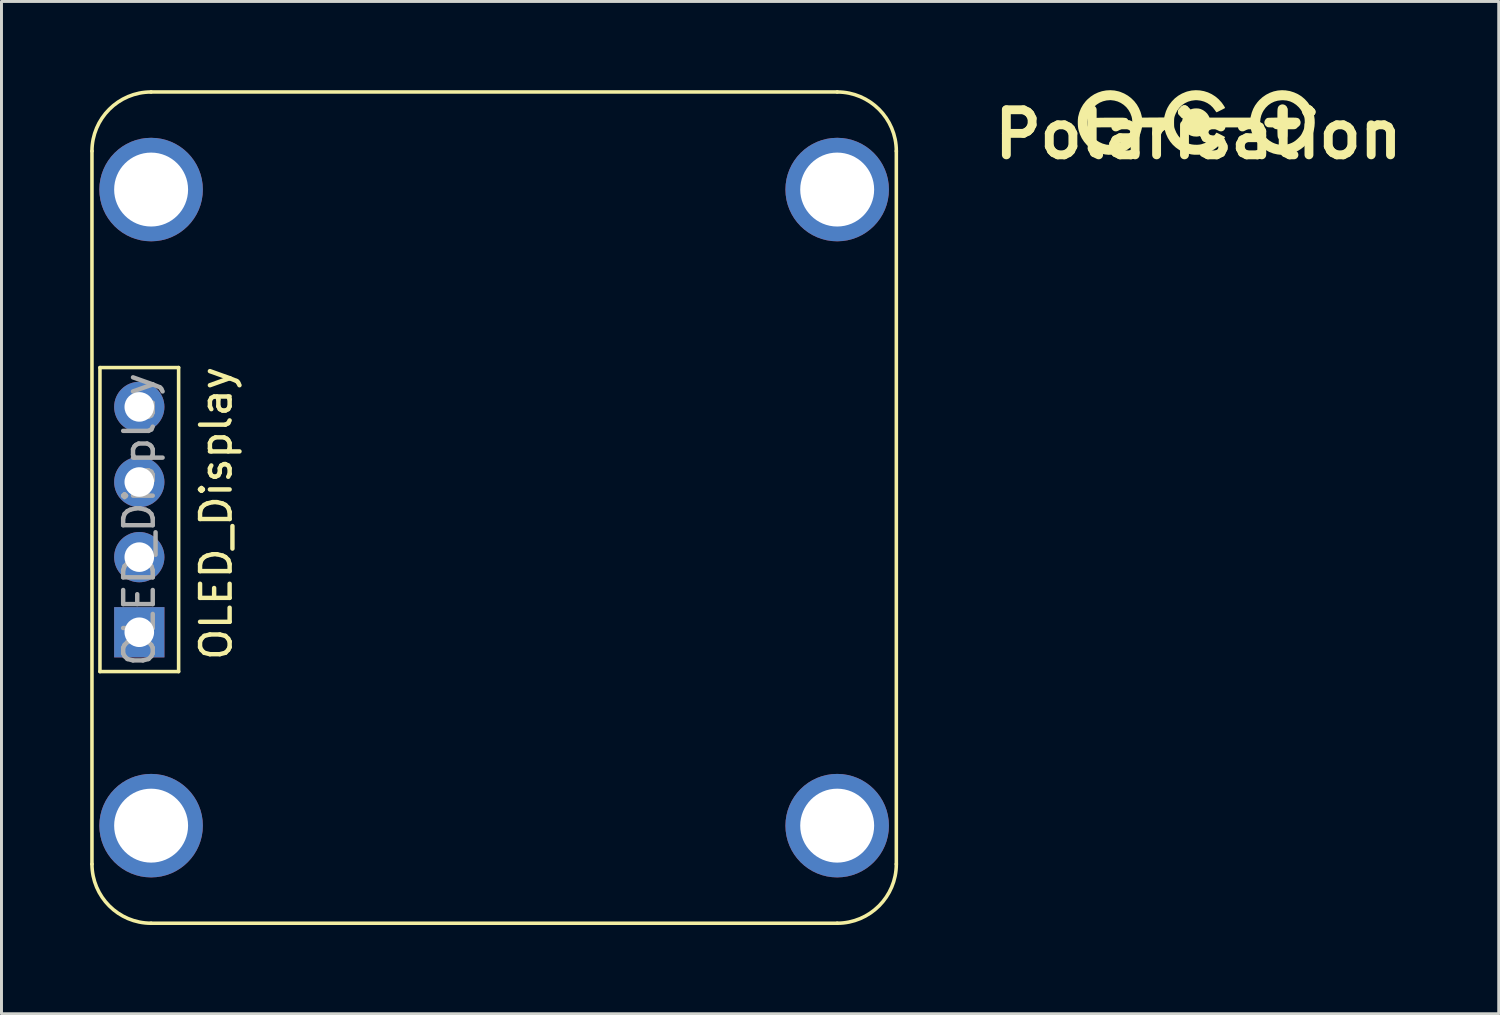
<source format=kicad_pcb>
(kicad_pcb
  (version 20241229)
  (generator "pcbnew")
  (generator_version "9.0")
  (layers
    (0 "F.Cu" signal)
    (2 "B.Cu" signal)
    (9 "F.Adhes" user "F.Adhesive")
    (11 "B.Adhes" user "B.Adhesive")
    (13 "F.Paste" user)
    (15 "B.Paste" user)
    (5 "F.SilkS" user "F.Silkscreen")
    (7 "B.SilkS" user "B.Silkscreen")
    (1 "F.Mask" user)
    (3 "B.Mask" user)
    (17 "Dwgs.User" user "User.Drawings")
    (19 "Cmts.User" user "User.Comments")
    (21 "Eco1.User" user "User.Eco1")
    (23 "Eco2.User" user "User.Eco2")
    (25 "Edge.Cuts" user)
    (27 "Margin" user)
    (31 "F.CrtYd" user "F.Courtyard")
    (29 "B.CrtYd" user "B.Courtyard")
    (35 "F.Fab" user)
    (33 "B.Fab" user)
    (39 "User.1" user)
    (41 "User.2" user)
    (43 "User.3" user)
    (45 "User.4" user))
  (footprint "Polarisation"
    (layer "F.Cu")
    (at 37.476 1.497)
    (property "Reference" "Polarisation" (at 0 0 0) (layer "F.SilkS") (effects (font (size 1.524 1.524) (thickness 0.3))))
    (attr board_only exclude_from_pos_files exclude_from_bom)
    (fp_poly (pts (xy -2.677 -0.569) (xy -2.608 -0.568) (xy -2.553 -0.567) (xy -2.509 -0.564) (xy -2.475 -0.56) (xy -2.45 -0.555) (xy -2.43 -0.548) (xy -2.416 -0.54) (xy -2.405 -0.529) (xy -2.395 -0.517) (xy -2.385 -0.502) (xy -2.384 -0.5) (xy -2.36 -0.448) (xy -2.354 -0.393) (xy -2.365 -0.342) (xy -2.393 -0.296) (xy -2.418 -0.272) (xy -2.453 -0.245) (xy -3.466 -0.239) (xy -3.5 -0.262) (xy -3.544 -0.303) (xy -3.571 -0.35) (xy -3.581 -0.401) (xy -3.574 -0.453) (xy -3.55 -0.501) (xy -3.508 -0.543) (xy -3.507 -0.544) (xy -3.5 -0.549) (xy -3.492 -0.553) (xy -3.481 -0.556) (xy -3.466 -0.559) (xy -3.445 -0.561) (xy -3.415 -0.563) (xy -3.376 -0.564) (xy -3.326 -0.565) (xy -3.262 -0.566) (xy -3.184 -0.567) (xy -3.089 -0.567) (xy -2.979 -0.568) (xy -2.86 -0.568) (xy -2.76 -0.569)) (stroke (width 0) (type solid)) (fill yes) (layer "F.SilkS"))
    (fp_poly (pts (xy 2.894 -1.01) (xy 2.94 -0.987) (xy 2.976 -0.949) (xy 2.987 -0.931) (xy 2.996 -0.913) (xy 3.002 -0.894) (xy 3.006 -0.872) (xy 3.008 -0.842) (xy 3.01 -0.801) (xy 3.01 -0.744) (xy 3.01 -0.728) (xy 3.01 -0.57) (xy 3.171 -0.57) (xy 3.243 -0.569) (xy 3.298 -0.567) (xy 3.339 -0.561) (xy 3.37 -0.552) (xy 3.393 -0.538) (xy 3.412 -0.519) (xy 3.426 -0.5) (xy 3.45 -0.448) (xy 3.456 -0.393) (xy 3.445 -0.341) (xy 3.417 -0.296) (xy 3.392 -0.272) (xy 3.379 -0.262) (xy 3.366 -0.255) (xy 3.35 -0.25) (xy 3.328 -0.247) (xy 3.297 -0.245) (xy 3.252 -0.243) (xy 3.191 -0.242) (xy 3.183 -0.242) (xy 3.01 -0.239) (xy 3.01 -0.077) (xy 3.01 -0.016) (xy 3.009 0.029) (xy 3.007 0.062) (xy 3.003 0.085) (xy 2.998 0.103) (xy 2.99 0.119) (xy 2.987 0.125) (xy 2.953 0.166) (xy 2.908 0.195) (xy 2.856 0.208) (xy 2.803 0.206) (xy 2.78 0.199) (xy 2.74 0.174) (xy 2.705 0.136) (xy 2.692 0.115) (xy 2.685 0.098) (xy 2.68 0.073) (xy 2.676 0.036) (xy 2.674 -0.014) (xy 2.672 -0.077) (xy 2.668 -0.24) (xy 2.505 -0.24) (xy 2.444 -0.24) (xy 2.4 -0.241) (xy 2.368 -0.243) (xy 2.346 -0.246) (xy 2.33 -0.251) (xy 2.316 -0.258) (xy 2.309 -0.263) (xy 2.265 -0.303) (xy 2.238 -0.35) (xy 2.229 -0.401) (xy 2.236 -0.453) (xy 2.261 -0.501) (xy 2.302 -0.543) (xy 2.303 -0.544) (xy 2.315 -0.552) (xy 2.33 -0.558) (xy 2.35 -0.562) (xy 2.379 -0.564) (xy 2.42 -0.566) (xy 2.476 -0.568) (xy 2.501 -0.568) (xy 2.67 -0.571) (xy 2.67 -0.708) (xy 2.671 -0.782) (xy 2.674 -0.839) (xy 2.68 -0.882) (xy 2.689 -0.915) (xy 2.702 -0.94) (xy 2.707 -0.949) (xy 2.747 -0.988) (xy 2.795 -1.011) (xy 2.845 -1.018)) (stroke (width 0) (type solid)) (fill yes) (layer "F.SilkS"))
    (fp_poly (pts (xy 2.949 -1.491) (xy 3.097 -1.466) (xy 3.236 -1.422) (xy 3.367 -1.362) (xy 3.487 -1.287) (xy 3.595 -1.196) (xy 3.691 -1.092) (xy 3.773 -0.976) (xy 3.84 -0.848) (xy 3.891 -0.709) (xy 3.915 -0.615) (xy 3.93 -0.509) (xy 3.933 -0.393) (xy 3.925 -0.274) (xy 3.906 -0.159) (xy 3.876 -0.052) (xy 3.875 -0.05) (xy 3.818 0.085) (xy 3.745 0.209) (xy 3.658 0.32) (xy 3.559 0.419) (xy 3.448 0.503) (xy 3.328 0.573) (xy 3.2 0.628) (xy 3.065 0.665) (xy 2.926 0.685) (xy 2.782 0.687) (xy 2.673 0.675) (xy 2.533 0.644) (xy 2.399 0.593) (xy 2.272 0.525) (xy 2.154 0.44) (xy 2.058 0.352) (xy 1.97 0.249) (xy 1.898 0.142) (xy 1.839 0.026) (xy 1.794 -0.101) (xy 1.766 -0.212) (xy 1.76 -0.24) (xy 1.067 -0.24) (xy 0.375 -0.239) (xy 0.35 -0.188) (xy 0.301 -0.11) (xy 0.238 -0.043) (xy 0.163 0.009) (xy 0.078 0.047) (xy -0.012 0.068) (xy -0.07 0.072) (xy -0.168 0.065) (xy -0.256 0.04) (xy -0.336 -0.002) (xy -0.41 -0.062) (xy -0.415 -0.067) (xy -0.475 -0.14) (xy -0.518 -0.219) (xy -0.544 -0.304) (xy -0.554 -0.39) (xy -0.553 -0.415) (xy 2.087 -0.415) (xy 2.094 -0.3) (xy 2.117 -0.188) (xy 2.158 -0.083) (xy 2.16 -0.079) (xy 2.225 0.031) (xy 2.303 0.125) (xy 2.392 0.203) (xy 2.495 0.267) (xy 2.561 0.297) (xy 2.626 0.32) (xy 2.687 0.336) (xy 2.751 0.344) (xy 2.824 0.347) (xy 2.87 0.346) (xy 2.927 0.344) (xy 2.971 0.341) (xy 3.009 0.335) (xy 3.045 0.325) (xy 3.083 0.313) (xy 3.155 0.285) (xy 3.217 0.253) (xy 3.274 0.215) (xy 3.332 0.166) (xy 3.377 0.124) (xy 3.417 0.082) (xy 3.448 0.048) (xy 3.471 0.016) (xy 3.493 -0.02) (xy 3.516 -0.067) (xy 3.518 -0.071) (xy 3.549 -0.138) (xy 3.57 -0.194) (xy 3.584 -0.248) (xy 3.591 -0.304) (xy 3.595 -0.371) (xy 3.595 -0.41) (xy 3.594 -0.47) (xy 3.591 -0.516) (xy 3.586 -0.555) (xy 3.577 -0.592) (xy 3.571 -0.61) (xy 3.526 -0.726) (xy 3.465 -0.831) (xy 3.398 -0.915) (xy 3.306 -1.001) (xy 3.206 -1.068) (xy 3.1 -1.117) (xy 2.987 -1.147) (xy 2.866 -1.158) (xy 2.806 -1.157) (xy 2.682 -1.142) (xy 2.565 -1.109) (xy 2.459 -1.058) (xy 2.362 -0.99) (xy 2.277 -0.907) (xy 2.204 -0.808) (xy 2.17 -0.749) (xy 2.125 -0.643) (xy 2.098 -0.53) (xy 2.087 -0.415) (xy -0.553 -0.415) (xy -0.549 -0.476) (xy -0.528 -0.56) (xy -0.494 -0.639) (xy -0.445 -0.711) (xy -0.383 -0.774) (xy -0.308 -0.825) (xy -0.222 -0.863) (xy -0.21 -0.866) (xy -0.148 -0.878) (xy -0.076 -0.882) (xy -0.004 -0.878) (xy 0.06 -0.865) (xy 0.074 -0.861) (xy 0.156 -0.823) (xy 0.231 -0.77) (xy 0.295 -0.707) (xy 0.343 -0.635) (xy 0.35 -0.622) (xy 0.375 -0.571) (xy 1.76 -0.57) (xy 1.766 -0.598) (xy 1.803 -0.738) (xy 1.852 -0.865) (xy 1.915 -0.981) (xy 1.993 -1.088) (xy 2.058 -1.162) (xy 2.166 -1.26) (xy 2.284 -1.342) (xy 2.411 -1.408) (xy 2.544 -1.456) (xy 2.682 -1.486) (xy 2.824 -1.497)) (stroke (width 0) (type solid)) (fill yes) (layer "F.SilkS"))
    (fp_poly (pts (xy -2.839 -1.487) (xy -2.698 -1.457) (xy -2.643 -1.44) (xy -2.509 -1.384) (xy -2.384 -1.312) (xy -2.271 -1.225) (xy -2.17 -1.125) (xy -2.083 -1.013) (xy -2.012 -0.89) (xy -1.957 -0.759) (xy -1.925 -0.646) (xy -1.908 -0.57) (xy -1.158 -0.575) (xy -1.135 -0.666) (xy -1.098 -0.787) (xy -1.048 -0.899) (xy -0.988 -1.002) (xy -0.899 -1.118) (xy -0.797 -1.222) (xy -0.682 -1.311) (xy -0.556 -1.384) (xy -0.421 -1.44) (xy -0.375 -1.455) (xy -0.233 -1.486) (xy -0.091 -1.497) (xy 0.05 -1.49) (xy 0.188 -1.465) (xy 0.322 -1.423) (xy 0.449 -1.363) (xy 0.569 -1.287) (xy 0.678 -1.196) (xy 0.777 -1.089) (xy 0.802 -1.056) (xy 0.834 -1.011) (xy 0.862 -0.969) (xy 0.884 -0.933) (xy 0.897 -0.907) (xy 0.9 -0.895) (xy 0.892 -0.889) (xy 0.869 -0.877) (xy 0.835 -0.859) (xy 0.795 -0.838) (xy 0.751 -0.816) (xy 0.708 -0.794) (xy 0.669 -0.775) (xy 0.637 -0.76) (xy 0.617 -0.751) (xy 0.612 -0.75) (xy 0.602 -0.758) (xy 0.586 -0.779) (xy 0.565 -0.808) (xy 0.56 -0.817) (xy 0.485 -0.914) (xy 0.399 -0.996) (xy 0.301 -1.062) (xy 0.194 -1.111) (xy 0.079 -1.143) (xy -0.043 -1.158) (xy -0.115 -1.158) (xy -0.236 -1.142) (xy -0.35 -1.109) (xy -0.456 -1.059) (xy -0.552 -0.993) (xy -0.636 -0.911) (xy -0.709 -0.816) (xy -0.767 -0.708) (xy -0.796 -0.635) (xy -0.807 -0.602) (xy -0.814 -0.573) (xy -0.819 -0.543) (xy -0.822 -0.507) (xy -0.823 -0.461) (xy -0.824 -0.405) (xy -0.823 -0.345) (xy -0.822 -0.3) (xy -0.82 -0.266) (xy -0.815 -0.237) (xy -0.807 -0.208) (xy -0.796 -0.175) (xy -0.746 -0.059) (xy -0.681 0.046) (xy -0.602 0.137) (xy -0.51 0.214) (xy -0.406 0.276) (xy -0.295 0.32) (xy -0.22 0.338) (xy -0.133 0.347) (xy -0.044 0.349) (xy 0.042 0.342) (xy 0.099 0.331) (xy 0.219 0.291) (xy 0.328 0.234) (xy 0.426 0.161) (xy 0.511 0.073) (xy 0.579 -0.022) (xy 0.595 -0.045) (xy 0.608 -0.059) (xy 0.611 -0.06) (xy 0.624 -0.056) (xy 0.65 -0.044) (xy 0.686 -0.027) (xy 0.728 -0.006) (xy 0.772 0.016) (xy 0.815 0.039) (xy 0.852 0.059) (xy 0.881 0.075) (xy 0.898 0.086) (xy 0.9 0.088) (xy 0.895 0.102) (xy 0.88 0.128) (xy 0.86 0.162) (xy 0.836 0.2) (xy 0.811 0.236) (xy 0.788 0.267) (xy 0.748 0.315) (xy 0.696 0.368) (xy 0.64 0.421) (xy 0.584 0.467) (xy 0.544 0.497) (xy 0.417 0.572) (xy 0.284 0.628) (xy 0.146 0.666) (xy 0.004 0.686) (xy -0.138 0.686) (xy -0.237 0.675) (xy -0.384 0.642) (xy -0.522 0.591) (xy -0.649 0.524) (xy -0.765 0.442) (xy -0.869 0.346) (xy -0.96 0.236) (xy -1.036 0.114) (xy -1.096 -0.019) (xy -1.135 -0.144) (xy -1.158 -0.235) (xy -1.533 -0.238) (xy -1.908 -0.24) (xy -1.925 -0.164) (xy -1.965 -0.026) (xy -2.023 0.102) (xy -2.095 0.221) (xy -2.182 0.328) (xy -2.28 0.424) (xy -2.39 0.506) (xy -2.509 0.574) (xy -2.636 0.628) (xy -2.769 0.665) (xy -2.906 0.685) (xy -3.048 0.687) (xy -3.155 0.676) (xy -3.297 0.644) (xy -3.432 0.594) (xy -3.558 0.528) (xy -3.673 0.447) (xy -3.777 0.352) (xy -3.868 0.245) (xy -3.945 0.127) (xy -4.006 -0.002) (xy -4.051 -0.138) (xy -4.065 -0.201) (xy -4.074 -0.268) (xy -4.079 -0.347) (xy -4.08 -0.405) (xy -3.744 -0.405) (xy -3.743 -0.343) (xy -3.74 -0.294) (xy -3.733 -0.25) (xy -3.722 -0.206) (xy -3.721 -0.205) (xy -3.678 -0.089) (xy -3.619 0.017) (xy -3.545 0.11) (xy -3.457 0.19) (xy -3.355 0.256) (xy -3.242 0.308) (xy -3.117 0.343) (xy -3.115 0.344) (xy -3.081 0.347) (xy -3.033 0.349) (xy -2.978 0.348) (xy -2.921 0.346) (xy -2.869 0.341) (xy -2.828 0.335) (xy -2.827 0.334) (xy -2.787 0.323) (xy -2.737 0.305) (xy -2.684 0.283) (xy -2.65 0.267) (xy -2.6 0.242) (xy -2.56 0.218) (xy -2.526 0.192) (xy -2.489 0.159) (xy -2.46 0.131) (xy -2.387 0.048) (xy -2.33 -0.037) (xy -2.287 -0.129) (xy -2.264 -0.195) (xy -2.252 -0.24) (xy -2.244 -0.281) (xy -2.24 -0.323) (xy -2.238 -0.374) (xy -2.238 -0.405) (xy -2.239 -0.464) (xy -2.242 -0.509) (xy -2.248 -0.55) (xy -2.258 -0.592) (xy -2.264 -0.615) (xy -2.308 -0.729) (xy -2.368 -0.832) (xy -2.441 -0.924) (xy -2.528 -1.002) (xy -2.625 -1.066) (xy -2.731 -1.115) (xy -2.845 -1.146) (xy -2.965 -1.16) (xy -2.99 -1.16) (xy -3.11 -1.15) (xy -3.226 -1.122) (xy -3.335 -1.077) (xy -3.435 -1.015) (xy -3.525 -0.939) (xy -3.602 -0.849) (xy -3.665 -0.747) (xy -3.68 -0.716) (xy -3.709 -0.645) (xy -3.728 -0.579) (xy -3.739 -0.509) (xy -3.744 -0.43) (xy -3.744 -0.405) (xy -4.08 -0.405) (xy -4.08 -0.429) (xy -4.077 -0.51) (xy -4.07 -0.58) (xy -4.066 -0.601) (xy -4.028 -0.746) (xy -3.973 -0.882) (xy -3.9 -1.009) (xy -3.809 -1.127) (xy -3.754 -1.184) (xy -3.644 -1.279) (xy -3.524 -1.358) (xy -3.395 -1.419) (xy -3.261 -1.463) (xy -3.122 -1.489) (xy -2.981 -1.497)) (stroke (width 0) (type solid)) (fill yes) (layer "F.SilkS")))
  (footprint "OLED_Display"
    (layer "F.Cu")
    (at 1.66 10.71)
    (property "Reference" "OLED_Display" (at 2.6 3.6 90) (layer "F.SilkS") (effects (font (size 1 1) (thickness 0.15))))
    (attr through_hole)
    (fp_line (start -1.6 -8.65) (end -1.6 15.46) (stroke (width 0.12) (type solid)) (layer "F.SilkS"))
    (fp_line (start -1.33 -1.33) (end 1.33 -1.33) (stroke (width 0.12) (type solid)) (layer "F.SilkS"))
    (fp_line (start -1.33 8.95) (end -1.33 -1.33) (stroke (width 0.12) (type solid)) (layer "F.SilkS"))
    (fp_line (start -1.33 8.95) (end 1.33 8.95) (stroke (width 0.12) (type solid)) (layer "F.SilkS"))
    (fp_line (start 0.4 -10.65) (end 23.6 -10.65) (stroke (width 0.12) (type solid)) (layer "F.SilkS"))
    (fp_line (start 0.4 17.46) (end 23.6 17.46) (stroke (width 0.12) (type solid)) (layer "F.SilkS"))
    (fp_line (start 1.33 -1.33) (end 1.33 8.95) (stroke (width 0.12) (type solid)) (layer "F.SilkS"))
    (fp_line (start 25.6 -8.65) (end 25.6 15.46) (stroke (width 0.12) (type solid)) (layer "F.SilkS"))
    (fp_arc (start -1.6 -8.65) (mid -1.014214 -10.064214) (end 0.4 -10.65) (stroke (width 0.12) (type solid)) (layer "F.SilkS"))
    (fp_arc (start 0.4 17.46) (mid -1.014214 16.874214) (end -1.6 15.46) (stroke (width 0.12) (type solid)) (layer "F.SilkS"))
    (fp_arc (start 23.6 -10.65) (mid 25.014214 -10.064214) (end 25.6 -8.65) (stroke (width 0.12) (type solid)) (layer "F.SilkS"))
    (fp_arc (start 25.6 15.46) (mid 25.014214 16.874214) (end 23.6 17.46) (stroke (width 0.12) (type solid)) (layer "F.SilkS"))
    (fp_text user "${REFERENCE}" (at 0 3.81 90) (layer "F.Fab") (effects (font (size 1 1) (thickness 0.15))))
    (pad "1" thru_hole rect (at 0 7.62) (size 1.7 1.7) (drill 1) (layers "*.Cu" "*.Mask"))
    (pad "2" thru_hole oval (at 0 5.08) (size 1.7 1.7) (drill 1) (layers "*.Cu" "*.Mask"))
    (pad "3" thru_hole oval (at 0 2.54) (size 1.7 1.7) (drill 1) (layers "*.Cu" "*.Mask"))
    (pad "4" thru_hole oval (at 0 0) (size 1.7 1.7) (drill 1) (layers "*.Cu" "*.Mask"))
    (pad "5" thru_hole circle (at 0.4 -7.35) (size 3.5 3.5) (drill 2.5) (layers "*.Cu" "*.Mask"))
    (pad "5" thru_hole circle (at 0.4 14.16) (size 3.5 3.5) (drill 2.5) (layers "*.Cu" "*.Mask"))
    (pad "5" thru_hole circle (at 23.6 -7.35) (size 3.5 3.5) (drill 2.5) (layers "*.Cu" "*.Mask"))
    (pad "5" thru_hole circle (at 23.6 14.16) (size 3.5 3.5) (drill 2.5) (layers "*.Cu" "*.Mask")))
  (gr_rect
    (start -3 -3)
    (end 47.631 31.23)
    (stroke (width 0.1) (type default))
    (fill no)
    (layer "Edge.Cuts")))
</source>
